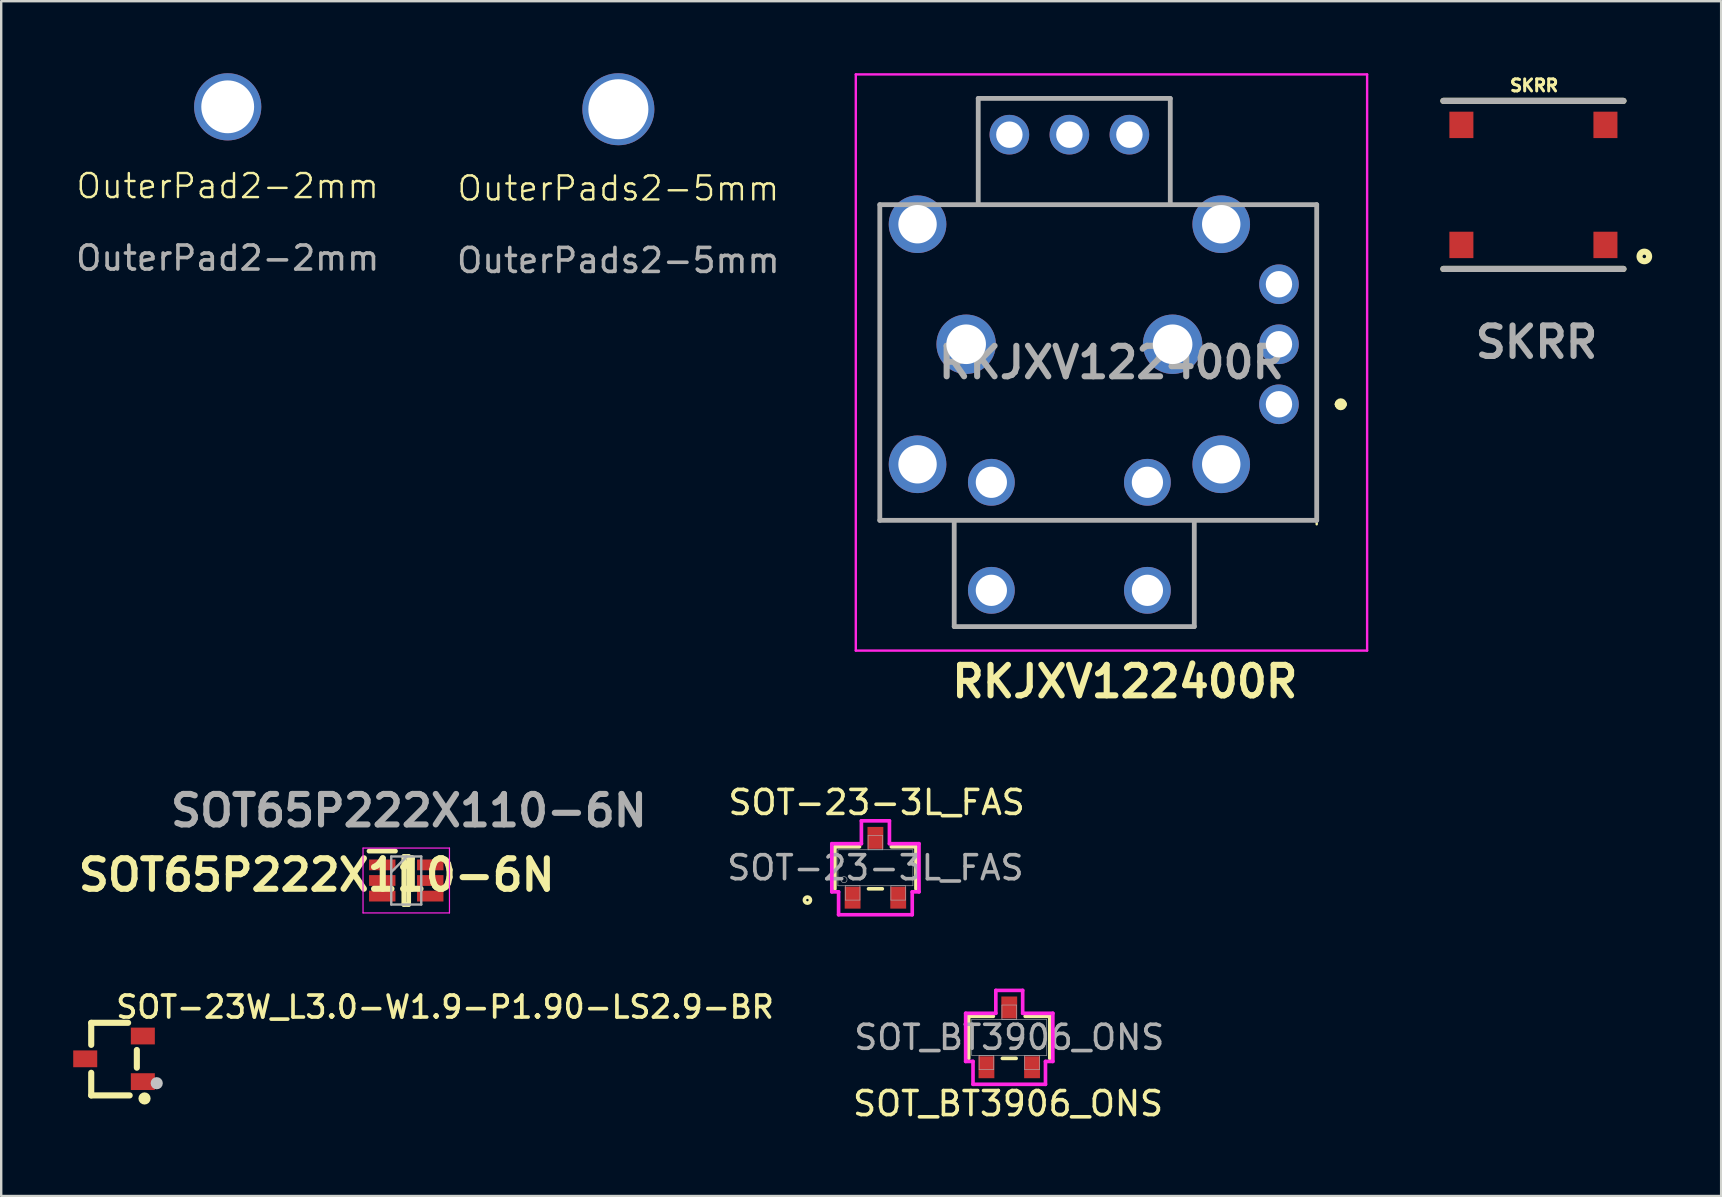
<source format=kicad_pcb>
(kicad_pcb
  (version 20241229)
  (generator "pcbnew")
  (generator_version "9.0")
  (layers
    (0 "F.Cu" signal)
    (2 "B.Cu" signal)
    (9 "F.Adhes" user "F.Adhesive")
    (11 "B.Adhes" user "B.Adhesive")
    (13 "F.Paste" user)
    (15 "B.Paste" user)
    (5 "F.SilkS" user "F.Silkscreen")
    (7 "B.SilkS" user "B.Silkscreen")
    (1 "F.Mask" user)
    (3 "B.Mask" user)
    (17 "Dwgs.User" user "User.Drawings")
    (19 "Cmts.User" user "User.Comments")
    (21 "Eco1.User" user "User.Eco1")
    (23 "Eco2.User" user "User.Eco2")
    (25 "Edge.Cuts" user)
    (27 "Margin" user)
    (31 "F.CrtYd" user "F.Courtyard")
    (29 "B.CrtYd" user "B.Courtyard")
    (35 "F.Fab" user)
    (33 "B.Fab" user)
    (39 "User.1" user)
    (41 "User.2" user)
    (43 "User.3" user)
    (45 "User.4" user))
  (footprint "RKJXV122400R"
    (layer "F.Cu")
    (at 50.225 13.79)
    (property "Reference" "RKJXV122400R" (at -6.42 11.55 0) (layer "F.SilkS") (effects (font (size 1.27 1.27) (thickness 0.254))))
    (attr through_hole)
    (fp_line (start -16.627 -5) (end -16.627 4.835) (stroke (width 0.1) (type solid)) (layer "F.SilkS"))
    (fp_line (start -16.627 4.835) (end -3.527 4.835) (stroke (width 0.1) (type solid)) (layer "F.SilkS"))
    (fp_line (start 1.572 -8.315) (end 1.572 5) (stroke (width 0.1) (type solid)) (layer "F.SilkS"))
    (fp_line (start 2.473 0) (end 2.473 0) (stroke (width 0.3) (type solid)) (layer "F.SilkS"))
    (fp_line (start 2.672 0) (end 2.672 0) (stroke (width 0.3) (type solid)) (layer "F.SilkS"))
    (fp_arc (start 2.473 0) (mid 2.5725 -0.0995) (end 2.672 0) (stroke (width 0.3) (type solid)) (layer "F.SilkS"))
    (fp_arc (start 2.672 0) (mid 2.5725 0.0995) (end 2.473 0) (stroke (width 0.3) (type solid)) (layer "F.SilkS"))
    (fp_line (start -17.627 -13.74) (end 3.672 -13.74) (stroke (width 0.1) (type solid)) (layer "F.CrtYd"))
    (fp_line (start -17.627 10.26) (end -17.627 -13.74) (stroke (width 0.1) (type solid)) (layer "F.CrtYd"))
    (fp_line (start 3.672 -13.74) (end 3.672 10.26) (stroke (width 0.1) (type solid)) (layer "F.CrtYd"))
    (fp_line (start 3.672 10.26) (end -17.627 10.26) (stroke (width 0.1) (type solid)) (layer "F.CrtYd"))
    (fp_line (start -16.627 -8.315) (end 1.572 -8.315) (stroke (width 0.2) (type solid)) (layer "F.Fab"))
    (fp_line (start -16.627 4.835) (end -16.627 -8.315) (stroke (width 0.2) (type solid)) (layer "F.Fab"))
    (fp_line (start -13.527 4.835) (end -13.527 9.26) (stroke (width 0.2) (type solid)) (layer "F.Fab"))
    (fp_line (start -13.527 9.26) (end -3.527 9.26) (stroke (width 0.2) (type solid)) (layer "F.Fab"))
    (fp_line (start -12.527 -12.74) (end -4.527 -12.74) (stroke (width 0.2) (type solid)) (layer "F.Fab"))
    (fp_line (start -12.527 -8.315) (end -12.527 -12.74) (stroke (width 0.2) (type solid)) (layer "F.Fab"))
    (fp_line (start -4.527 -12.74) (end -4.527 -8.315) (stroke (width 0.2) (type solid)) (layer "F.Fab"))
    (fp_line (start -3.527 9.26) (end -3.527 4.835) (stroke (width 0.2) (type solid)) (layer "F.Fab"))
    (fp_line (start 1.572 -8.315) (end 1.572 4.835) (stroke (width 0.2) (type solid)) (layer "F.Fab"))
    (fp_line (start 1.572 4.835) (end -16.627 4.835) (stroke (width 0.2) (type solid)) (layer "F.Fab"))
    (fp_text user "${REFERENCE}" (at -6.978 -1.74 0) (layer "F.Fab") (effects (font (size 1.27 1.27) (thickness 0.254))))
    (pad "A1" thru_hole circle (at -11.98 3.25) (size 1.95 1.95) (drill 1.3) (layers "*.Cu" "*.Mask"))
    (pad "A11" thru_hole circle (at 0 0) (size 1.65 1.65) (drill 1.1) (layers "*.Cu" "*.Mask"))
    (pad "A12" thru_hole circle (at 0 -2.5) (size 1.65 1.65) (drill 1.1) (layers "*.Cu" "*.Mask"))
    (pad "A13" thru_hole circle (at 0 -5) (size 1.65 1.65) (drill 1.1) (layers "*.Cu" "*.Mask"))
    (pad "B1" thru_hole circle (at -11.98 7.75) (size 1.95 1.95) (drill 1.3) (layers "*.Cu" "*.Mask"))
    (pad "B11" thru_hole circle (at -6.23 -11.23) (size 1.65 1.65) (drill 1.1) (layers "*.Cu" "*.Mask"))
    (pad "B12" thru_hole circle (at -8.73 -11.23) (size 1.65 1.65) (drill 1.1) (layers "*.Cu" "*.Mask"))
    (pad "B13" thru_hole circle (at -11.23 -11.23) (size 1.65 1.65) (drill 1.1) (layers "*.Cu" "*.Mask"))
    (pad "C1" thru_hole circle (at -5.48 3.25) (size 1.95 1.95) (drill 1.3) (layers "*.Cu" "*.Mask"))
    (pad "D1" thru_hole circle (at -5.48 7.75) (size 1.95 1.95) (drill 1.3) (layers "*.Cu" "*.Mask"))
    (pad "MH1" thru_hole circle (at -15.055 2.5) (size 2.4 2.4) (drill 1.6) (layers "*.Cu" "*.Mask"))
    (pad "MH2" thru_hole circle (at -15.055 -7.5) (size 2.4 2.4) (drill 1.6) (layers "*.Cu" "*.Mask"))
    (pad "MH3" thru_hole circle (at -2.405 2.5) (size 2.4 2.4) (drill 1.6) (layers "*.Cu" "*.Mask"))
    (pad "MH4" thru_hole circle (at -2.405 -7.5) (size 2.4 2.4) (drill 1.6) (layers "*.Cu" "*.Mask"))
    (pad "MH5" thru_hole circle (at -13.03 -2.5) (size 2.475 2.475) (drill 1.65) (layers "*.Cu" "*.Mask"))
    (pad "MH6" thru_hole circle (at -4.43 -2.5) (size 2.475 2.475) (drill 1.65) (layers "*.Cu" "*.Mask")))
  (footprint "OuterPad2-2mm"
    (layer "F.Cu")
    (at 6.435 5.2)
    (property "Reference" "OuterPad2-2mm" (at 0 -0.5 0) (unlocked yes) (layer "F.SilkS") (effects (font (size 1 1) (thickness 0.1))))
    (attr through_hole)
    (fp_text user "${REFERENCE}" (at 0 2.5 0) (unlocked yes) (layer "F.Fab") (effects (font (size 1 1) (thickness 0.15))))
    (pad "1" thru_hole circle (at 0 -3.8) (size 2.8 2.8) (drill 2.2) (layers "*.Cu" "*.Mask")))
  (footprint "SOT65P222X110-6N"
    (layer "F.Cu")
    (at 13.872 33.627)
    (property "Reference" "SOT65P222X110-6N" (at -3.73 -0.23 0) (layer "F.SilkS") (effects (font (size 1.27 1.27) (thickness 0.254))))
    (attr smd)
    (fp_line (start -1.55 -1.225) (end -0.45 -1.225) (stroke (width 0.2) (type solid)) (layer "F.SilkS"))
    (fp_line (start -0.1 -1) (end 0.1 -1) (stroke (width 0.2) (type solid)) (layer "F.SilkS"))
    (fp_line (start -0.1 1) (end -0.1 -1) (stroke (width 0.2) (type solid)) (layer "F.SilkS"))
    (fp_line (start 0.1 -1) (end 0.1 1) (stroke (width 0.2) (type solid)) (layer "F.SilkS"))
    (fp_line (start 0.1 1) (end -0.1 1) (stroke (width 0.2) (type solid)) (layer "F.SilkS"))
    (fp_line (start -1.8 -1.35) (end 1.8 -1.35) (stroke (width 0.05) (type solid)) (layer "F.CrtYd"))
    (fp_line (start -1.8 1.35) (end -1.8 -1.35) (stroke (width 0.05) (type solid)) (layer "F.CrtYd"))
    (fp_line (start 1.8 -1.35) (end 1.8 1.35) (stroke (width 0.05) (type solid)) (layer "F.CrtYd"))
    (fp_line (start 1.8 1.35) (end -1.8 1.35) (stroke (width 0.05) (type solid)) (layer "F.CrtYd"))
    (fp_line (start -0.625 -1) (end 0.625 -1) (stroke (width 0.1) (type solid)) (layer "F.Fab"))
    (fp_line (start -0.625 -0.35) (end 0.025 -1) (stroke (width 0.1) (type solid)) (layer "F.Fab"))
    (fp_line (start -0.625 1) (end -0.625 -1) (stroke (width 0.1) (type solid)) (layer "F.Fab"))
    (fp_line (start 0.625 -1) (end 0.625 1) (stroke (width 0.1) (type solid)) (layer "F.Fab"))
    (fp_line (start 0.625 1) (end -0.625 1) (stroke (width 0.1) (type solid)) (layer "F.Fab"))
    (fp_text user "${REFERENCE}" (at 0.11 -2.91 0) (layer "F.Fab") (effects (font (size 1.27 1.27) (thickness 0.254))))
    (pad "1" smd rect (at -1 -0.65 90) (size 0.45 1.1) (layers "F.Cu" "F.Mask" "F.Paste"))
    (pad "2" smd rect (at -1 0 90) (size 0.45 1.1) (layers "F.Cu" "F.Mask" "F.Paste"))
    (pad "3" smd rect (at -1 0.65 90) (size 0.45 1.1) (layers "F.Cu" "F.Mask" "F.Paste"))
    (pad "4" smd rect (at 1 0.65 90) (size 0.45 1.1) (layers "F.Cu" "F.Mask" "F.Paste"))
    (pad "5" smd rect (at 1 0 90) (size 0.45 1.1) (layers "F.Cu" "F.Mask" "F.Paste"))
    (pad "6" smd rect (at 1 -0.65 90) (size 0.45 1.1) (layers "F.Cu" "F.Mask" "F.Paste")))
  (footprint "SOT_BT3906_ONS"
    (layer "F.Cu")
    (at 38.99 40.161)
    (property "Reference" "SOT_BT3906_ONS" (at -0.05 2.76 0) (unlocked yes) (layer "F.SilkS") (effects (font (size 1 1) (thickness 0.15))))
    (attr smd)
    (fp_line (start -1.689 -0.876) (end -1.689 0.876) (stroke (width 0.152) (type solid)) (layer "F.SilkS"))
    (fp_line (start -0.663 -0.876) (end -1.689 -0.876) (stroke (width 0.152) (type solid)) (layer "F.SilkS"))
    (fp_line (start -0.287 0.876) (end 0.287 0.876) (stroke (width 0.152) (type solid)) (layer "F.SilkS"))
    (fp_line (start 1.689 -0.876) (end 0.663 -0.876) (stroke (width 0.152) (type solid)) (layer "F.SilkS"))
    (fp_line (start 1.689 0.876) (end 1.689 -0.876) (stroke (width 0.152) (type solid)) (layer "F.SilkS"))
    (fp_line (start -1.816 -1.003) (end -0.559 -1.003) (stroke (width 0.152) (type solid)) (layer "F.CrtYd"))
    (fp_line (start -1.816 1.003) (end -1.816 -1.003) (stroke (width 0.152) (type solid)) (layer "F.CrtYd"))
    (fp_line (start -1.816 1.003) (end -1.509 1.003) (stroke (width 0.152) (type solid)) (layer "F.CrtYd"))
    (fp_line (start -1.509 1.003) (end -1.509 1.956) (stroke (width 0.152) (type solid)) (layer "F.CrtYd"))
    (fp_line (start -1.509 1.956) (end 1.509 1.956) (stroke (width 0.152) (type solid)) (layer "F.CrtYd"))
    (fp_line (start -0.559 -1.956) (end 0.559 -1.956) (stroke (width 0.152) (type solid)) (layer "F.CrtYd"))
    (fp_line (start -0.559 -1.003) (end -0.559 -1.956) (stroke (width 0.152) (type solid)) (layer "F.CrtYd"))
    (fp_line (start 0.559 -1.003) (end 0.559 -1.956) (stroke (width 0.152) (type solid)) (layer "F.CrtYd"))
    (fp_line (start 1.509 1.003) (end 1.509 1.956) (stroke (width 0.152) (type solid)) (layer "F.CrtYd"))
    (fp_line (start 1.816 -1.003) (end 0.559 -1.003) (stroke (width 0.152) (type solid)) (layer "F.CrtYd"))
    (fp_line (start 1.816 -1.003) (end 1.816 1.003) (stroke (width 0.152) (type solid)) (layer "F.CrtYd"))
    (fp_line (start 1.816 1.003) (end 1.509 1.003) (stroke (width 0.152) (type solid)) (layer "F.CrtYd"))
    (fp_line (start -1.562 -0.749) (end -1.562 0.749) (stroke (width 0.025) (type solid)) (layer "F.Fab"))
    (fp_line (start -1.562 0.749) (end 1.562 0.749) (stroke (width 0.025) (type solid)) (layer "F.Fab"))
    (fp_line (start -1.255 0.749) (end -1.255 1.346) (stroke (width 0.025) (type solid)) (layer "F.Fab"))
    (fp_line (start -1.255 1.346) (end -0.645 1.346) (stroke (width 0.025) (type solid)) (layer "F.Fab"))
    (fp_line (start -0.645 0.749) (end -1.255 0.749) (stroke (width 0.025) (type solid)) (layer "F.Fab"))
    (fp_line (start -0.645 1.346) (end -0.645 0.749) (stroke (width 0.025) (type solid)) (layer "F.Fab"))
    (fp_line (start -0.305 -1.346) (end -0.305 -0.749) (stroke (width 0.025) (type solid)) (layer "F.Fab"))
    (fp_line (start -0.305 -0.749) (end 0.305 -0.749) (stroke (width 0.025) (type solid)) (layer "F.Fab"))
    (fp_line (start 0.305 -1.346) (end -0.305 -1.346) (stroke (width 0.025) (type solid)) (layer "F.Fab"))
    (fp_line (start 0.305 -0.749) (end 0.305 -1.346) (stroke (width 0.025) (type solid)) (layer "F.Fab"))
    (fp_line (start 0.645 0.749) (end 0.645 1.346) (stroke (width 0.025) (type solid)) (layer "F.Fab"))
    (fp_line (start 0.645 1.346) (end 1.255 1.346) (stroke (width 0.025) (type solid)) (layer "F.Fab"))
    (fp_line (start 1.255 0.749) (end 0.645 0.749) (stroke (width 0.025) (type solid)) (layer "F.Fab"))
    (fp_line (start 1.255 1.346) (end 1.255 0.749) (stroke (width 0.025) (type solid)) (layer "F.Fab"))
    (fp_line (start 1.562 -0.749) (end -1.562 -0.749) (stroke (width 0.025) (type solid)) (layer "F.Fab"))
    (fp_line (start 1.562 0.749) (end 1.562 -0.749) (stroke (width 0.025) (type solid)) (layer "F.Fab"))
    (fp_circle (center -0.95 0.495) (end -0.95 0.495) (stroke (width 0.025) (type solid)) (fill no) (layer "F.Fab"))
    (fp_text user "${REFERENCE}" (at 0 0 0) (unlocked yes) (layer "F.Fab") (effects (font (size 1 1) (thickness 0.15))))
    (pad "1" smd rect (at -0.95 1.245) (size 0.66 0.914) (layers "F.Cu" "F.Mask" "F.Paste"))
    (pad "2" smd rect (at 0.95 1.245) (size 0.66 0.914) (layers "F.Cu" "F.Mask" "F.Paste"))
    (pad "3" smd rect (at 0 -1.245) (size 0.66 0.914) (layers "F.Cu" "F.Mask" "F.Paste")))
  (footprint "OuterPads2-5mm"
    (layer "F.Cu")
    (at 22.708 5.3)
    (property "Reference" "OuterPads2-5mm" (at 0 -0.5 0) (unlocked yes) (layer "F.SilkS") (effects (font (size 1 1) (thickness 0.1))))
    (attr through_hole)
    (fp_text user "${REFERENCE}" (at 0 2.5 0) (unlocked yes) (layer "F.Fab") (effects (font (size 1 1) (thickness 0.15))))
    (pad "1" thru_hole circle (at 0 -3.8) (size 3 3) (drill 2.5) (layers "*.Cu" "*.Mask")))
  (footprint "SKRR"
    (layer "F.Cu")
    (at 60.824 4.652)
    (property "Reference" "SKRR" (at 0.03 -4.14 180) (layer "F.SilkS") (effects (font (size 0.5 0.5) (thickness 0.125))))
    (attr smd)
    (fp_line (start -3.75 3.5) (end 3.75 3.5) (stroke (width 0.254) (type solid)) (layer "F.SilkS"))
    (fp_line (start 3.75 -3.5) (end -3.75 -3.5) (stroke (width 0.254) (type solid)) (layer "F.SilkS"))
    (fp_circle (center 4.62 2.98) (end 4.62 3.053) (stroke (width 0.254) (type solid)) (fill no) (layer "F.SilkS"))
    (fp_line (start -3.75 -3.5) (end 3.75 -3.5) (stroke (width 0.254) (type solid)) (layer "F.Fab"))
    (fp_line (start 3.75 3.5) (end -3.75 3.5) (stroke (width 0.254) (type solid)) (layer "F.Fab"))
    (fp_text user "${REFERENCE}" (at 0.13 6.55 0) (layer "F.Fab") (effects (font (size 1.27 1.27) (thickness 0.254))))
    (pad "1" smd rect (at -3 -2.5) (size 1 1.1) (layers "F.Cu" "F.Mask" "F.Paste"))
    (pad "2" smd rect (at -3 2.5) (size 1 1.1) (layers "F.Cu" "F.Mask" "F.Paste"))
    (pad "3" smd rect (at 3 -2.5) (size 1 1.1) (layers "F.Cu" "F.Mask" "F.Paste"))
    (pad "4" smd rect (at 3 2.5) (size 1 1.1) (layers "F.Cu" "F.Mask" "F.Paste")))
  (footprint "SOT-23-3L_FAS"
    (layer "F.Cu")
    (at 33.415 33.097)
    (property "Reference" "SOT-23-3L_FAS" (at 0.05 -2.72 0) (unlocked yes) (layer "F.SilkS") (effects (font (size 1 1) (thickness 0.15))))
    (attr smd)
    (fp_line (start -1.689 -0.876) (end -1.689 0.876) (stroke (width 0.152) (type solid)) (layer "F.SilkS"))
    (fp_line (start -0.663 -0.876) (end -1.689 -0.876) (stroke (width 0.152) (type solid)) (layer "F.SilkS"))
    (fp_line (start -0.287 0.876) (end 0.287 0.876) (stroke (width 0.152) (type solid)) (layer "F.SilkS"))
    (fp_line (start 1.689 -0.876) (end 0.663 -0.876) (stroke (width 0.152) (type solid)) (layer "F.SilkS"))
    (fp_line (start 1.689 0.876) (end 1.689 -0.876) (stroke (width 0.152) (type solid)) (layer "F.SilkS"))
    (fp_circle (center -2.832 1.346) (end -2.705 1.346) (stroke (width 0.152) (type solid)) (fill no) (layer "F.SilkS"))
    (fp_line (start -1.816 -1.003) (end -0.584 -1.003) (stroke (width 0.152) (type solid)) (layer "F.CrtYd"))
    (fp_line (start -1.816 1.003) (end -1.816 -1.003) (stroke (width 0.152) (type solid)) (layer "F.CrtYd"))
    (fp_line (start -1.816 1.003) (end -1.534 1.003) (stroke (width 0.152) (type solid)) (layer "F.CrtYd"))
    (fp_line (start -1.534 1.003) (end -1.534 1.956) (stroke (width 0.152) (type solid)) (layer "F.CrtYd"))
    (fp_line (start -1.534 1.956) (end 1.534 1.956) (stroke (width 0.152) (type solid)) (layer "F.CrtYd"))
    (fp_line (start -0.584 -1.956) (end 0.584 -1.956) (stroke (width 0.152) (type solid)) (layer "F.CrtYd"))
    (fp_line (start -0.584 -1.003) (end -0.584 -1.956) (stroke (width 0.152) (type solid)) (layer "F.CrtYd"))
    (fp_line (start 0.584 -1.003) (end 0.584 -1.956) (stroke (width 0.152) (type solid)) (layer "F.CrtYd"))
    (fp_line (start 1.534 1.003) (end 1.534 1.956) (stroke (width 0.152) (type solid)) (layer "F.CrtYd"))
    (fp_line (start 1.816 -1.003) (end 0.584 -1.003) (stroke (width 0.152) (type solid)) (layer "F.CrtYd"))
    (fp_line (start 1.816 -1.003) (end 1.816 1.003) (stroke (width 0.152) (type solid)) (layer "F.CrtYd"))
    (fp_line (start 1.816 1.003) (end 1.534 1.003) (stroke (width 0.152) (type solid)) (layer "F.CrtYd"))
    (fp_line (start -1.562 -0.749) (end -1.562 0.749) (stroke (width 0.025) (type solid)) (layer "F.Fab"))
    (fp_line (start -1.562 0.749) (end 1.562 0.749) (stroke (width 0.025) (type solid)) (layer "F.Fab"))
    (fp_line (start -1.255 0.749) (end -1.255 1.346) (stroke (width 0.025) (type solid)) (layer "F.Fab"))
    (fp_line (start -1.255 1.346) (end -0.645 1.346) (stroke (width 0.025) (type solid)) (layer "F.Fab"))
    (fp_line (start -0.645 0.749) (end -1.255 0.749) (stroke (width 0.025) (type solid)) (layer "F.Fab"))
    (fp_line (start -0.645 1.346) (end -0.645 0.749) (stroke (width 0.025) (type solid)) (layer "F.Fab"))
    (fp_line (start -0.305 -1.346) (end -0.305 -0.749) (stroke (width 0.025) (type solid)) (layer "F.Fab"))
    (fp_line (start -0.305 -0.749) (end 0.305 -0.749) (stroke (width 0.025) (type solid)) (layer "F.Fab"))
    (fp_line (start 0.305 -1.346) (end -0.305 -1.346) (stroke (width 0.025) (type solid)) (layer "F.Fab"))
    (fp_line (start 0.305 -0.749) (end 0.305 -1.346) (stroke (width 0.025) (type solid)) (layer "F.Fab"))
    (fp_line (start 0.645 0.749) (end 0.645 1.346) (stroke (width 0.025) (type solid)) (layer "F.Fab"))
    (fp_line (start 0.645 1.346) (end 1.255 1.346) (stroke (width 0.025) (type solid)) (layer "F.Fab"))
    (fp_line (start 1.255 0.749) (end 0.645 0.749) (stroke (width 0.025) (type solid)) (layer "F.Fab"))
    (fp_line (start 1.255 1.346) (end 1.255 0.749) (stroke (width 0.025) (type solid)) (layer "F.Fab"))
    (fp_line (start 1.562 -0.749) (end -1.562 -0.749) (stroke (width 0.025) (type solid)) (layer "F.Fab"))
    (fp_line (start 1.562 0.749) (end 1.562 -0.749) (stroke (width 0.025) (type solid)) (layer "F.Fab"))
    (fp_circle (center -1.308 0.495) (end -1.181 0.495) (stroke (width 0.025) (type solid)) (fill no) (layer "F.Fab"))
    (fp_text user "${REFERENCE}" (at 0 0 0) (unlocked yes) (layer "F.Fab") (effects (font (size 1 1) (thickness 0.15))))
    (pad "1" smd rect (at -0.95 1.245) (size 0.66 0.914) (layers "F.Cu" "F.Mask" "F.Paste"))
    (pad "2" smd rect (at 0.95 1.245) (size 0.66 0.914) (layers "F.Cu" "F.Mask" "F.Paste"))
    (pad "3" smd rect (at 0 -1.245) (size 0.66 0.914) (layers "F.Cu" "F.Mask" "F.Paste")))
  (footprint "SOT-23W_L3.0-W1.9-P1.90-LS2.9-BR"
    (layer "F.Cu")
    (at 1.7 41.055)
    (property "Reference" "SOT-23W_L3.0-W1.9-P1.90-LS2.9-BR" (at 0 -2.692 0) (layer "F.SilkS") (effects (font (size 0.914 0.914) (thickness 0.152)) (justify left top)))
    (fp_line (start -0.95 -1.5) (end -0.95 -0.581) (stroke (width 0.254) (type default)) (layer "F.SilkS"))
    (fp_line (start -0.95 -1.5) (end 0.587 -1.5) (stroke (width 0.254) (type default)) (layer "F.SilkS"))
    (fp_line (start -0.95 0.581) (end -0.95 1.524) (stroke (width 0.254) (type default)) (layer "F.SilkS"))
    (fp_line (start -0.95 1.524) (end 0.652 1.524) (stroke (width 0.254) (type default)) (layer "F.SilkS"))
    (fp_line (start 0.95 -0.369) (end 0.95 0.369) (stroke (width 0.254) (type default)) (layer "F.SilkS"))
    (fp_circle (center 1.27 1.651) (end 1.397 1.651) (stroke (width 0.254) (type default)) (fill no) (layer "F.SilkS"))
    (fp_circle (center 1.778 1.016) (end 1.905 1.016) (stroke (width 0.254) (type default)) (fill no) (layer "Dwgs.User"))
    (fp_circle (center 1.45 1.5) (end 1.48 1.5) (stroke (width 0.06) (type default)) (fill no) (layer "User.5"))
    (pad "1" smd rect (at 1.2 0.95 90) (size 0.7 1) (layers "F.Cu" "F.Mask" "F.Paste"))
    (pad "2" smd rect (at 1.2 -0.95 90) (size 0.7 1) (layers "F.Cu" "F.Mask" "F.Paste"))
    (pad "3" smd rect (at -1.2 0 90) (size 0.7 1) (layers "F.Cu" "F.Mask" "F.Paste"))
    (zone (net_name "") (layer "User.3") (hatch edge 0.5) (priority 100) (connect_pads yes) (min_thickness 0) (filled_areas_thickness no) (fill yes) (polygon (pts (xy 0.75 42.555) (xy 0.75 39.555) (xy 2.65 39.555) (xy 2.65 42.555))) (filled_polygon (layer "User.3") (island) (pts (xy 0.75 42.555) (xy 0.75 39.555) (xy 2.65 39.555) (xy 2.65 42.555))))
    (zone (net_name "") (layer "User.4") (hatch edge 0.5) (priority 100) (connect_pads yes) (min_thickness 0) (filled_areas_thickness no) (fill yes) (polygon (pts (xy 0.25 41.255) (xy 0.25 40.855) (xy 0.6 40.855) (xy 0.6 41.255))) (filled_polygon (layer "User.4") (island) (pts (xy 0.25 41.255) (xy 0.25 40.855) (xy 0.6 40.855) (xy 0.6 41.255))))
    (zone (net_name "") (layer "User.4") (hatch edge 0.5) (priority 100) (connect_pads) (min_thickness 0) (filled_areas_thickness no) (keepout (tracks allowed) (vias allowed) (pads allowed) (copperpour not_allowed) (footprints allowed)) (placement (enabled no)) (fill) (polygon (pts (xy 0.59 41.255) (xy 0.59 40.855) (xy 0.76 40.855) (xy 0.76 41.255))))
    (zone (net_name "") (layer "User.4") (hatch edge 0.5) (priority 100) (connect_pads) (min_thickness 0) (filled_areas_thickness no) (keepout (tracks allowed) (vias allowed) (pads allowed) (copperpour not_allowed) (footprints allowed)) (placement (enabled no)) (fill) (polygon (pts (xy 2.64 40.305) (xy 2.64 39.905) (xy 2.81 39.905) (xy 2.81 40.305))))
    (zone (net_name "") (layer "User.4") (hatch edge 0.5) (priority 100) (connect_pads) (min_thickness 0) (filled_areas_thickness no) (keepout (tracks allowed) (vias allowed) (pads allowed) (copperpour not_allowed) (footprints allowed)) (placement (enabled no)) (fill) (polygon (pts (xy 2.64 42.205) (xy 2.64 41.805) (xy 2.81 41.805) (xy 2.81 42.205))))
    (zone (net_name "") (layer "User.4") (hatch edge 0.5) (priority 100) (connect_pads yes) (min_thickness 0) (filled_areas_thickness no) (fill yes) (polygon (pts (xy 2.8 40.305) (xy 2.8 39.905) (xy 3.15 39.905) (xy 3.15 40.305))) (filled_polygon (layer "User.4") (island) (pts (xy 2.8 40.305) (xy 2.8 39.905) (xy 3.15 39.905) (xy 3.15 40.305))))
    (zone (net_name "") (layer "User.4") (hatch edge 0.5) (priority 100) (connect_pads yes) (min_thickness 0) (filled_areas_thickness no) (fill yes) (polygon (pts (xy 2.8 42.205) (xy 2.8 41.805) (xy 3.15 41.805) (xy 3.15 42.205))) (filled_polygon (layer "User.4") (island) (pts (xy 2.8 42.205) (xy 2.8 41.805) (xy 3.15 41.805) (xy 3.15 42.205)))))
  (gr_rect
    (start -3 -3)
    (end 68.644 46.769)
    (stroke (width 0.1) (type default))
    (fill no)
    (layer "Edge.Cuts")))
</source>
